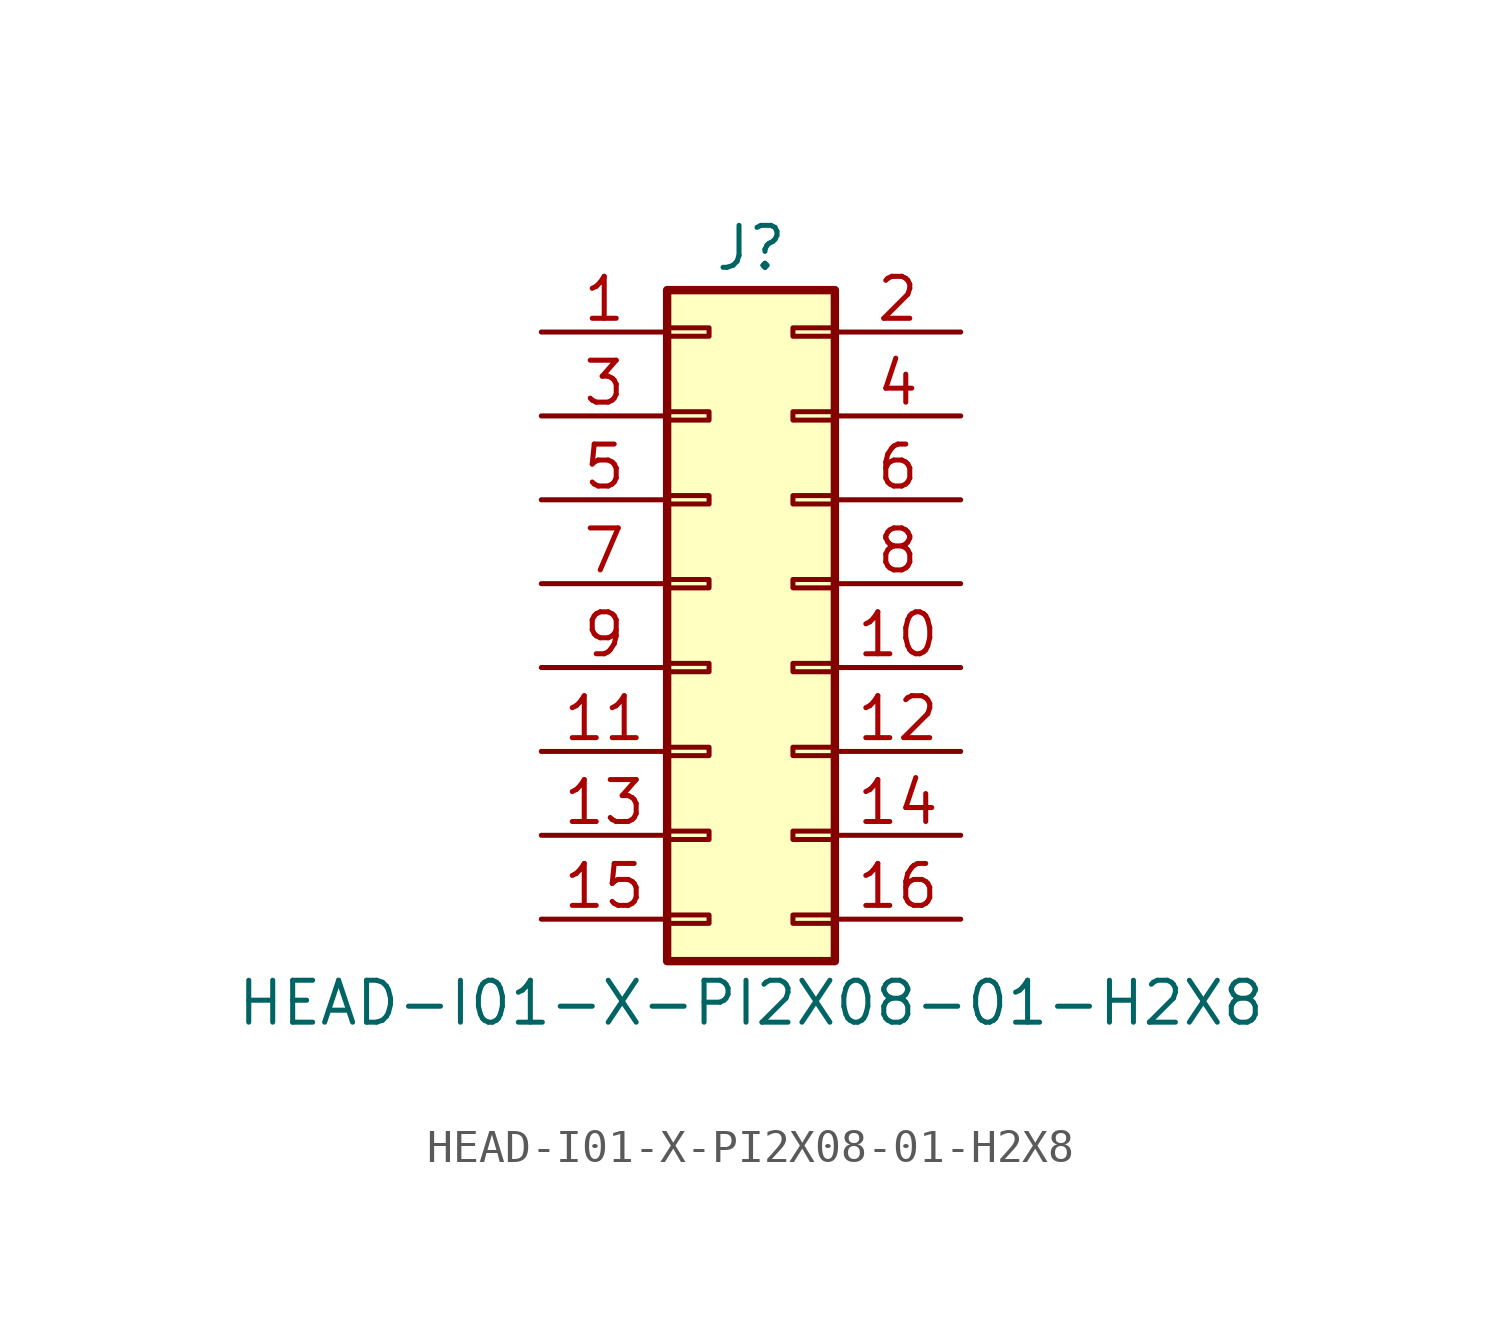
<source format=kicad_sym>
(kicad_symbol_lib
  (version 20211014)
  (generator kicad_symbol_editor)
  (symbol "HEAD-I01-X-PI2X08-01-H2X8"
    (pin_names
      (offset 1.016) hide)
    (property "Reference" "J"
      (at 1.27 10.16 0)
      (effects (font (size 1.27 1.27))))
    (property "Value" "HEAD-I01-X-PI2X08-01-H2X8"
      (at 1.27 -12.7 0)
      (effects (font (size 1.27 1.27))))
    (symbol "HEAD-I01-X-PI2X08-01-H2X8_1_1"
      (rectangle (start -1.27 -10.033) (end 0 -10.287) (stroke (width 0.152) (type default) (color 0 0 0 0)) (fill (type none)))
      (rectangle (start -1.27 -7.493) (end 0 -7.747) (stroke (width 0.152) (type default) (color 0 0 0 0)) (fill (type none)))
      (rectangle (start -1.27 -4.953) (end 0 -5.207) (stroke (width 0.152) (type default) (color 0 0 0 0)) (fill (type none)))
      (rectangle (start -1.27 -2.413) (end 0 -2.667) (stroke (width 0.152) (type default) (color 0 0 0 0)) (fill (type none)))
      (rectangle (start -1.27 0.127) (end 0 -0.127) (stroke (width 0.152) (type default) (color 0 0 0 0)) (fill (type none)))
      (rectangle (start -1.27 2.667) (end 0 2.413) (stroke (width 0.152) (type default) (color 0 0 0 0)) (fill (type none)))
      (rectangle (start -1.27 5.207) (end 0 4.953) (stroke (width 0.152) (type default) (color 0 0 0 0)) (fill (type none)))
      (rectangle (start -1.27 7.747) (end 0 7.493) (stroke (width 0.152) (type default) (color 0 0 0 0)) (fill (type none)))
      (rectangle (start -1.27 8.89) (end 3.81 -11.43) (stroke (width 0.254) (type default) (color 0 0 0 0)) (fill (type background)))
      (rectangle (start 3.81 -10.033) (end 2.54 -10.287) (stroke (width 0.152) (type default) (color 0 0 0 0)) (fill (type none)))
      (rectangle (start 3.81 -7.493) (end 2.54 -7.747) (stroke (width 0.152) (type default) (color 0 0 0 0)) (fill (type none)))
      (rectangle (start 3.81 -4.953) (end 2.54 -5.207) (stroke (width 0.152) (type default) (color 0 0 0 0)) (fill (type none)))
      (rectangle (start 3.81 -2.413) (end 2.54 -2.667) (stroke (width 0.152) (type default) (color 0 0 0 0)) (fill (type none)))
      (rectangle (start 3.81 0.127) (end 2.54 -0.127) (stroke (width 0.152) (type default) (color 0 0 0 0)) (fill (type none)))
      (rectangle (start 3.81 2.667) (end 2.54 2.413) (stroke (width 0.152) (type default) (color 0 0 0 0)) (fill (type none)))
      (rectangle (start 3.81 5.207) (end 2.54 4.953) (stroke (width 0.152) (type default) (color 0 0 0 0)) (fill (type none)))
      (rectangle (start 3.81 7.747) (end 2.54 7.493) (stroke (width 0.152) (type default) (color 0 0 0 0)) (fill (type none)))
      (pin passive line (at -5.08 7.62 0) (length 3.81) (name "Pin_1" (effects (font (size 1.27 1.27)))) (number "1" (effects (font (size 1.27 1.27)))))
      (pin passive line (at 7.62 -2.54 180) (length 3.81) (name "Pin_10" (effects (font (size 1.27 1.27)))) (number "10" (effects (font (size 1.27 1.27)))))
      (pin passive line (at -5.08 -5.08 0) (length 3.81) (name "Pin_11" (effects (font (size 1.27 1.27)))) (number "11" (effects (font (size 1.27 1.27)))))
      (pin passive line (at 7.62 -5.08 180) (length 3.81) (name "Pin_12" (effects (font (size 1.27 1.27)))) (number "12" (effects (font (size 1.27 1.27)))))
      (pin passive line (at -5.08 -7.62 0) (length 3.81) (name "Pin_13" (effects (font (size 1.27 1.27)))) (number "13" (effects (font (size 1.27 1.27)))))
      (pin passive line (at 7.62 -7.62 180) (length 3.81) (name "Pin_14" (effects (font (size 1.27 1.27)))) (number "14" (effects (font (size 1.27 1.27)))))
      (pin passive line (at -5.08 -10.16 0) (length 3.81) (name "Pin_15" (effects (font (size 1.27 1.27)))) (number "15" (effects (font (size 1.27 1.27)))))
      (pin passive line (at 7.62 -10.16 180) (length 3.81) (name "Pin_16" (effects (font (size 1.27 1.27)))) (number "16" (effects (font (size 1.27 1.27)))))
      (pin passive line (at 7.62 7.62 180) (length 3.81) (name "Pin_2" (effects (font (size 1.27 1.27)))) (number "2" (effects (font (size 1.27 1.27)))))
      (pin passive line (at -5.08 5.08 0) (length 3.81) (name "Pin_3" (effects (font (size 1.27 1.27)))) (number "3" (effects (font (size 1.27 1.27)))))
      (pin passive line (at 7.62 5.08 180) (length 3.81) (name "Pin_4" (effects (font (size 1.27 1.27)))) (number "4" (effects (font (size 1.27 1.27)))))
      (pin passive line (at -5.08 2.54 0) (length 3.81) (name "Pin_5" (effects (font (size 1.27 1.27)))) (number "5" (effects (font (size 1.27 1.27)))))
      (pin passive line (at 7.62 2.54 180) (length 3.81) (name "Pin_6" (effects (font (size 1.27 1.27)))) (number "6" (effects (font (size 1.27 1.27)))))
      (pin passive line (at -5.08 0 0) (length 3.81) (name "Pin_7" (effects (font (size 1.27 1.27)))) (number "7" (effects (font (size 1.27 1.27)))))
      (pin passive line (at 7.62 0 180) (length 3.81) (name "Pin_8" (effects (font (size 1.27 1.27)))) (number "8" (effects (font (size 1.27 1.27)))))
      (pin passive line (at -5.08 -2.54 0) (length 3.81) (name "Pin_9" (effects (font (size 1.27 1.27)))) (number "9" (effects (font (size 1.27 1.27))))))))
</source>
